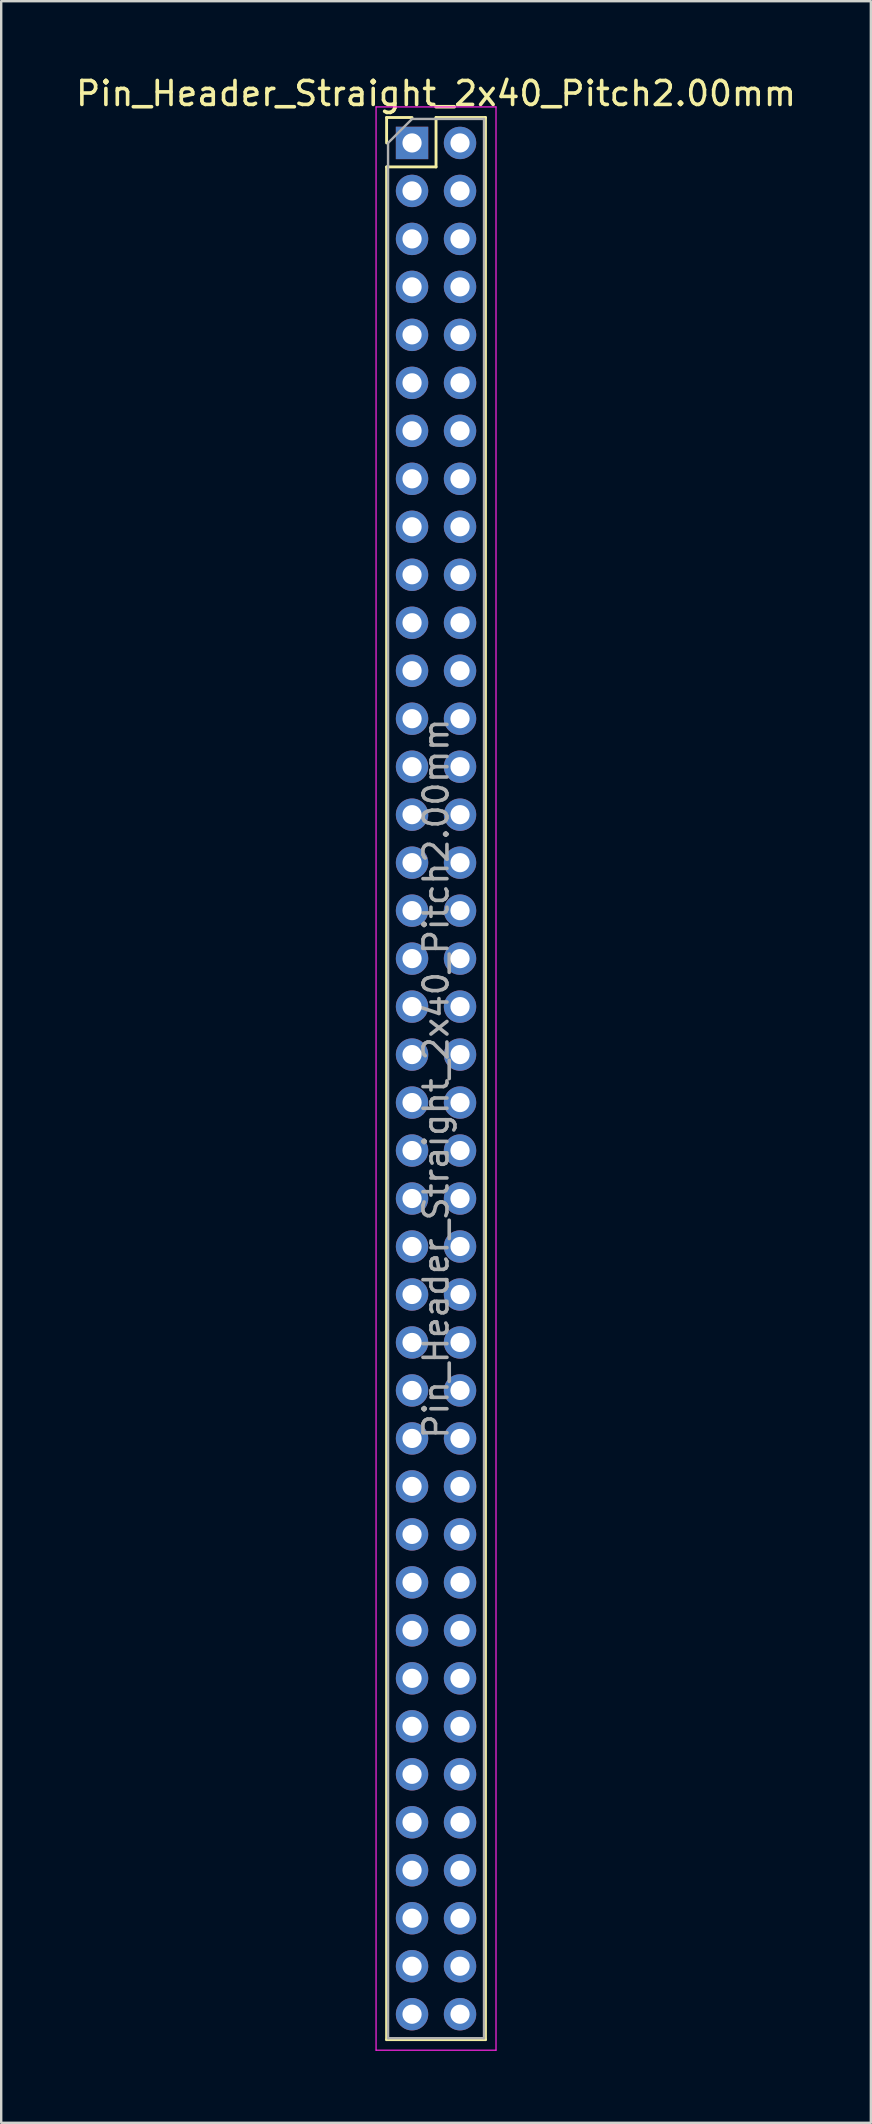
<source format=kicad_pcb>
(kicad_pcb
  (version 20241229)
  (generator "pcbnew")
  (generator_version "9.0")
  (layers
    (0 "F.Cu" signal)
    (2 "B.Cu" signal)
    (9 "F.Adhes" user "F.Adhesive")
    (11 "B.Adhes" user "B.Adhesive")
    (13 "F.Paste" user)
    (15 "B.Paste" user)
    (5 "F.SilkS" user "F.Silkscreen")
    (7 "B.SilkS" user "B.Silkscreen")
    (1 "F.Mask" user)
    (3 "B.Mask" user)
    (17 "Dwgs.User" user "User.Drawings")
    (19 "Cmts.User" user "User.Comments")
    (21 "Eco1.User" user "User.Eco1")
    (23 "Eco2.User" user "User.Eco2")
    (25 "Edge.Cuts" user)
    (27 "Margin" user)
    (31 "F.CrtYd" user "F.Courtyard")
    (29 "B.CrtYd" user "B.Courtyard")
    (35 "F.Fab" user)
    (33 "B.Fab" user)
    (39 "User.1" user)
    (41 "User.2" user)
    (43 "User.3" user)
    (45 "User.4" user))
  (footprint "Pin_Header_Straight_2x40_Pitch2.00mm"
    (layer "F.Cu")
    (at 14.125 2.908)
    (property "Reference" "Pin_Header_Straight_2x40_Pitch2.00mm" (at 1 -2.06 0) (layer "F.SilkS") (effects (font (size 1 1) (thickness 0.15))))
    (attr through_hole)
    (fp_line (start -1.06 -1.06) (end 0 -1.06) (stroke (width 0.12) (type solid)) (layer "F.SilkS"))
    (fp_line (start -1.06 0) (end -1.06 -1.06) (stroke (width 0.12) (type solid)) (layer "F.SilkS"))
    (fp_line (start -1.06 1) (end -1.06 79.06) (stroke (width 0.12) (type solid)) (layer "F.SilkS"))
    (fp_line (start -1.06 79.06) (end 3.06 79.06) (stroke (width 0.12) (type solid)) (layer "F.SilkS"))
    (fp_line (start 1 -1.06) (end 1 1) (stroke (width 0.12) (type solid)) (layer "F.SilkS"))
    (fp_line (start 1 1) (end -1.06 1) (stroke (width 0.12) (type solid)) (layer "F.SilkS"))
    (fp_line (start 3.06 -1.06) (end 1 -1.06) (stroke (width 0.12) (type solid)) (layer "F.SilkS"))
    (fp_line (start 3.06 79.06) (end 3.06 -1.06) (stroke (width 0.12) (type solid)) (layer "F.SilkS"))
    (fp_line (start -1.5 -1.5) (end -1.5 79.5) (stroke (width 0.05) (type solid)) (layer "F.CrtYd"))
    (fp_line (start -1.5 79.5) (end 3.5 79.5) (stroke (width 0.05) (type solid)) (layer "F.CrtYd"))
    (fp_line (start 3.5 -1.5) (end -1.5 -1.5) (stroke (width 0.05) (type solid)) (layer "F.CrtYd"))
    (fp_line (start 3.5 79.5) (end 3.5 -1.5) (stroke (width 0.05) (type solid)) (layer "F.CrtYd"))
    (fp_line (start -1 0) (end 0 -1) (stroke (width 0.1) (type solid)) (layer "F.Fab"))
    (fp_line (start -1 79) (end -1 0) (stroke (width 0.1) (type solid)) (layer "F.Fab"))
    (fp_line (start 0 -1) (end 3 -1) (stroke (width 0.1) (type solid)) (layer "F.Fab"))
    (fp_line (start 3 -1) (end 3 79) (stroke (width 0.1) (type solid)) (layer "F.Fab"))
    (fp_line (start 3 79) (end -1 79) (stroke (width 0.1) (type solid)) (layer "F.Fab"))
    (fp_text user "${REFERENCE}" (at 1 39 90) (layer "F.Fab") (effects (font (size 1 1) (thickness 0.15))))
    (pad "1" thru_hole rect (at 0 0) (size 1.35 1.35) (drill 0.8) (layers "*.Cu" "*.Mask"))
    (pad "2" thru_hole oval (at 2 0) (size 1.35 1.35) (drill 0.8) (layers "*.Cu" "*.Mask"))
    (pad "3" thru_hole oval (at 0 2) (size 1.35 1.35) (drill 0.8) (layers "*.Cu" "*.Mask"))
    (pad "4" thru_hole oval (at 2 2) (size 1.35 1.35) (drill 0.8) (layers "*.Cu" "*.Mask"))
    (pad "5" thru_hole oval (at 0 4) (size 1.35 1.35) (drill 0.8) (layers "*.Cu" "*.Mask"))
    (pad "6" thru_hole oval (at 2 4) (size 1.35 1.35) (drill 0.8) (layers "*.Cu" "*.Mask"))
    (pad "7" thru_hole oval (at 0 6) (size 1.35 1.35) (drill 0.8) (layers "*.Cu" "*.Mask"))
    (pad "8" thru_hole oval (at 2 6) (size 1.35 1.35) (drill 0.8) (layers "*.Cu" "*.Mask"))
    (pad "9" thru_hole oval (at 0 8) (size 1.35 1.35) (drill 0.8) (layers "*.Cu" "*.Mask"))
    (pad "10" thru_hole oval (at 2 8) (size 1.35 1.35) (drill 0.8) (layers "*.Cu" "*.Mask"))
    (pad "11" thru_hole oval (at 0 10) (size 1.35 1.35) (drill 0.8) (layers "*.Cu" "*.Mask"))
    (pad "12" thru_hole oval (at 2 10) (size 1.35 1.35) (drill 0.8) (layers "*.Cu" "*.Mask"))
    (pad "13" thru_hole oval (at 0 12) (size 1.35 1.35) (drill 0.8) (layers "*.Cu" "*.Mask"))
    (pad "14" thru_hole oval (at 2 12) (size 1.35 1.35) (drill 0.8) (layers "*.Cu" "*.Mask"))
    (pad "15" thru_hole oval (at 0 14) (size 1.35 1.35) (drill 0.8) (layers "*.Cu" "*.Mask"))
    (pad "16" thru_hole oval (at 2 14) (size 1.35 1.35) (drill 0.8) (layers "*.Cu" "*.Mask"))
    (pad "17" thru_hole oval (at 0 16) (size 1.35 1.35) (drill 0.8) (layers "*.Cu" "*.Mask"))
    (pad "18" thru_hole oval (at 2 16) (size 1.35 1.35) (drill 0.8) (layers "*.Cu" "*.Mask"))
    (pad "19" thru_hole oval (at 0 18) (size 1.35 1.35) (drill 0.8) (layers "*.Cu" "*.Mask"))
    (pad "20" thru_hole oval (at 2 18) (size 1.35 1.35) (drill 0.8) (layers "*.Cu" "*.Mask"))
    (pad "21" thru_hole oval (at 0 20) (size 1.35 1.35) (drill 0.8) (layers "*.Cu" "*.Mask"))
    (pad "22" thru_hole oval (at 2 20) (size 1.35 1.35) (drill 0.8) (layers "*.Cu" "*.Mask"))
    (pad "23" thru_hole oval (at 0 22) (size 1.35 1.35) (drill 0.8) (layers "*.Cu" "*.Mask"))
    (pad "24" thru_hole oval (at 2 22) (size 1.35 1.35) (drill 0.8) (layers "*.Cu" "*.Mask"))
    (pad "25" thru_hole oval (at 0 24) (size 1.35 1.35) (drill 0.8) (layers "*.Cu" "*.Mask"))
    (pad "26" thru_hole oval (at 2 24) (size 1.35 1.35) (drill 0.8) (layers "*.Cu" "*.Mask"))
    (pad "27" thru_hole oval (at 0 26) (size 1.35 1.35) (drill 0.8) (layers "*.Cu" "*.Mask"))
    (pad "28" thru_hole oval (at 2 26) (size 1.35 1.35) (drill 0.8) (layers "*.Cu" "*.Mask"))
    (pad "29" thru_hole oval (at 0 28) (size 1.35 1.35) (drill 0.8) (layers "*.Cu" "*.Mask"))
    (pad "30" thru_hole oval (at 2 28) (size 1.35 1.35) (drill 0.8) (layers "*.Cu" "*.Mask"))
    (pad "31" thru_hole oval (at 0 30) (size 1.35 1.35) (drill 0.8) (layers "*.Cu" "*.Mask"))
    (pad "32" thru_hole oval (at 2 30) (size 1.35 1.35) (drill 0.8) (layers "*.Cu" "*.Mask"))
    (pad "33" thru_hole oval (at 0 32) (size 1.35 1.35) (drill 0.8) (layers "*.Cu" "*.Mask"))
    (pad "34" thru_hole oval (at 2 32) (size 1.35 1.35) (drill 0.8) (layers "*.Cu" "*.Mask"))
    (pad "35" thru_hole oval (at 0 34) (size 1.35 1.35) (drill 0.8) (layers "*.Cu" "*.Mask"))
    (pad "36" thru_hole oval (at 2 34) (size 1.35 1.35) (drill 0.8) (layers "*.Cu" "*.Mask"))
    (pad "37" thru_hole oval (at 0 36) (size 1.35 1.35) (drill 0.8) (layers "*.Cu" "*.Mask"))
    (pad "38" thru_hole oval (at 2 36) (size 1.35 1.35) (drill 0.8) (layers "*.Cu" "*.Mask"))
    (pad "39" thru_hole oval (at 0 38) (size 1.35 1.35) (drill 0.8) (layers "*.Cu" "*.Mask"))
    (pad "40" thru_hole oval (at 2 38) (size 1.35 1.35) (drill 0.8) (layers "*.Cu" "*.Mask"))
    (pad "41" thru_hole oval (at 0 40) (size 1.35 1.35) (drill 0.8) (layers "*.Cu" "*.Mask"))
    (pad "42" thru_hole oval (at 2 40) (size 1.35 1.35) (drill 0.8) (layers "*.Cu" "*.Mask"))
    (pad "43" thru_hole oval (at 0 42) (size 1.35 1.35) (drill 0.8) (layers "*.Cu" "*.Mask"))
    (pad "44" thru_hole oval (at 2 42) (size 1.35 1.35) (drill 0.8) (layers "*.Cu" "*.Mask"))
    (pad "45" thru_hole oval (at 0 44) (size 1.35 1.35) (drill 0.8) (layers "*.Cu" "*.Mask"))
    (pad "46" thru_hole oval (at 2 44) (size 1.35 1.35) (drill 0.8) (layers "*.Cu" "*.Mask"))
    (pad "47" thru_hole oval (at 0 46) (size 1.35 1.35) (drill 0.8) (layers "*.Cu" "*.Mask"))
    (pad "48" thru_hole oval (at 2 46) (size 1.35 1.35) (drill 0.8) (layers "*.Cu" "*.Mask"))
    (pad "49" thru_hole oval (at 0 48) (size 1.35 1.35) (drill 0.8) (layers "*.Cu" "*.Mask"))
    (pad "50" thru_hole oval (at 2 48) (size 1.35 1.35) (drill 0.8) (layers "*.Cu" "*.Mask"))
    (pad "51" thru_hole oval (at 0 50) (size 1.35 1.35) (drill 0.8) (layers "*.Cu" "*.Mask"))
    (pad "52" thru_hole oval (at 2 50) (size 1.35 1.35) (drill 0.8) (layers "*.Cu" "*.Mask"))
    (pad "53" thru_hole oval (at 0 52) (size 1.35 1.35) (drill 0.8) (layers "*.Cu" "*.Mask"))
    (pad "54" thru_hole oval (at 2 52) (size 1.35 1.35) (drill 0.8) (layers "*.Cu" "*.Mask"))
    (pad "55" thru_hole oval (at 0 54) (size 1.35 1.35) (drill 0.8) (layers "*.Cu" "*.Mask"))
    (pad "56" thru_hole oval (at 2 54) (size 1.35 1.35) (drill 0.8) (layers "*.Cu" "*.Mask"))
    (pad "57" thru_hole oval (at 0 56) (size 1.35 1.35) (drill 0.8) (layers "*.Cu" "*.Mask"))
    (pad "58" thru_hole oval (at 2 56) (size 1.35 1.35) (drill 0.8) (layers "*.Cu" "*.Mask"))
    (pad "59" thru_hole oval (at 0 58) (size 1.35 1.35) (drill 0.8) (layers "*.Cu" "*.Mask"))
    (pad "60" thru_hole oval (at 2 58) (size 1.35 1.35) (drill 0.8) (layers "*.Cu" "*.Mask"))
    (pad "61" thru_hole oval (at 0 60) (size 1.35 1.35) (drill 0.8) (layers "*.Cu" "*.Mask"))
    (pad "62" thru_hole oval (at 2 60) (size 1.35 1.35) (drill 0.8) (layers "*.Cu" "*.Mask"))
    (pad "63" thru_hole oval (at 0 62) (size 1.35 1.35) (drill 0.8) (layers "*.Cu" "*.Mask"))
    (pad "64" thru_hole oval (at 2 62) (size 1.35 1.35) (drill 0.8) (layers "*.Cu" "*.Mask"))
    (pad "65" thru_hole oval (at 0 64) (size 1.35 1.35) (drill 0.8) (layers "*.Cu" "*.Mask"))
    (pad "66" thru_hole oval (at 2 64) (size 1.35 1.35) (drill 0.8) (layers "*.Cu" "*.Mask"))
    (pad "67" thru_hole oval (at 0 66) (size 1.35 1.35) (drill 0.8) (layers "*.Cu" "*.Mask"))
    (pad "68" thru_hole oval (at 2 66) (size 1.35 1.35) (drill 0.8) (layers "*.Cu" "*.Mask"))
    (pad "69" thru_hole oval (at 0 68) (size 1.35 1.35) (drill 0.8) (layers "*.Cu" "*.Mask"))
    (pad "70" thru_hole oval (at 2 68) (size 1.35 1.35) (drill 0.8) (layers "*.Cu" "*.Mask"))
    (pad "71" thru_hole oval (at 0 70) (size 1.35 1.35) (drill 0.8) (layers "*.Cu" "*.Mask"))
    (pad "72" thru_hole oval (at 2 70) (size 1.35 1.35) (drill 0.8) (layers "*.Cu" "*.Mask"))
    (pad "73" thru_hole oval (at 0 72) (size 1.35 1.35) (drill 0.8) (layers "*.Cu" "*.Mask"))
    (pad "74" thru_hole oval (at 2 72) (size 1.35 1.35) (drill 0.8) (layers "*.Cu" "*.Mask"))
    (pad "75" thru_hole oval (at 0 74) (size 1.35 1.35) (drill 0.8) (layers "*.Cu" "*.Mask"))
    (pad "76" thru_hole oval (at 2 74) (size 1.35 1.35) (drill 0.8) (layers "*.Cu" "*.Mask"))
    (pad "77" thru_hole oval (at 0 76) (size 1.35 1.35) (drill 0.8) (layers "*.Cu" "*.Mask"))
    (pad "78" thru_hole oval (at 2 76) (size 1.35 1.35) (drill 0.8) (layers "*.Cu" "*.Mask"))
    (pad "79" thru_hole oval (at 0 78) (size 1.35 1.35) (drill 0.8) (layers "*.Cu" "*.Mask"))
    (pad "80" thru_hole oval (at 2 78) (size 1.35 1.35) (drill 0.8) (layers "*.Cu" "*.Mask")))
  (gr_rect
    (start -3 -3)
    (end 33.25 85.433)
    (stroke (width 0.1) (type default))
    (fill no)
    (layer "Edge.Cuts")))
</source>
